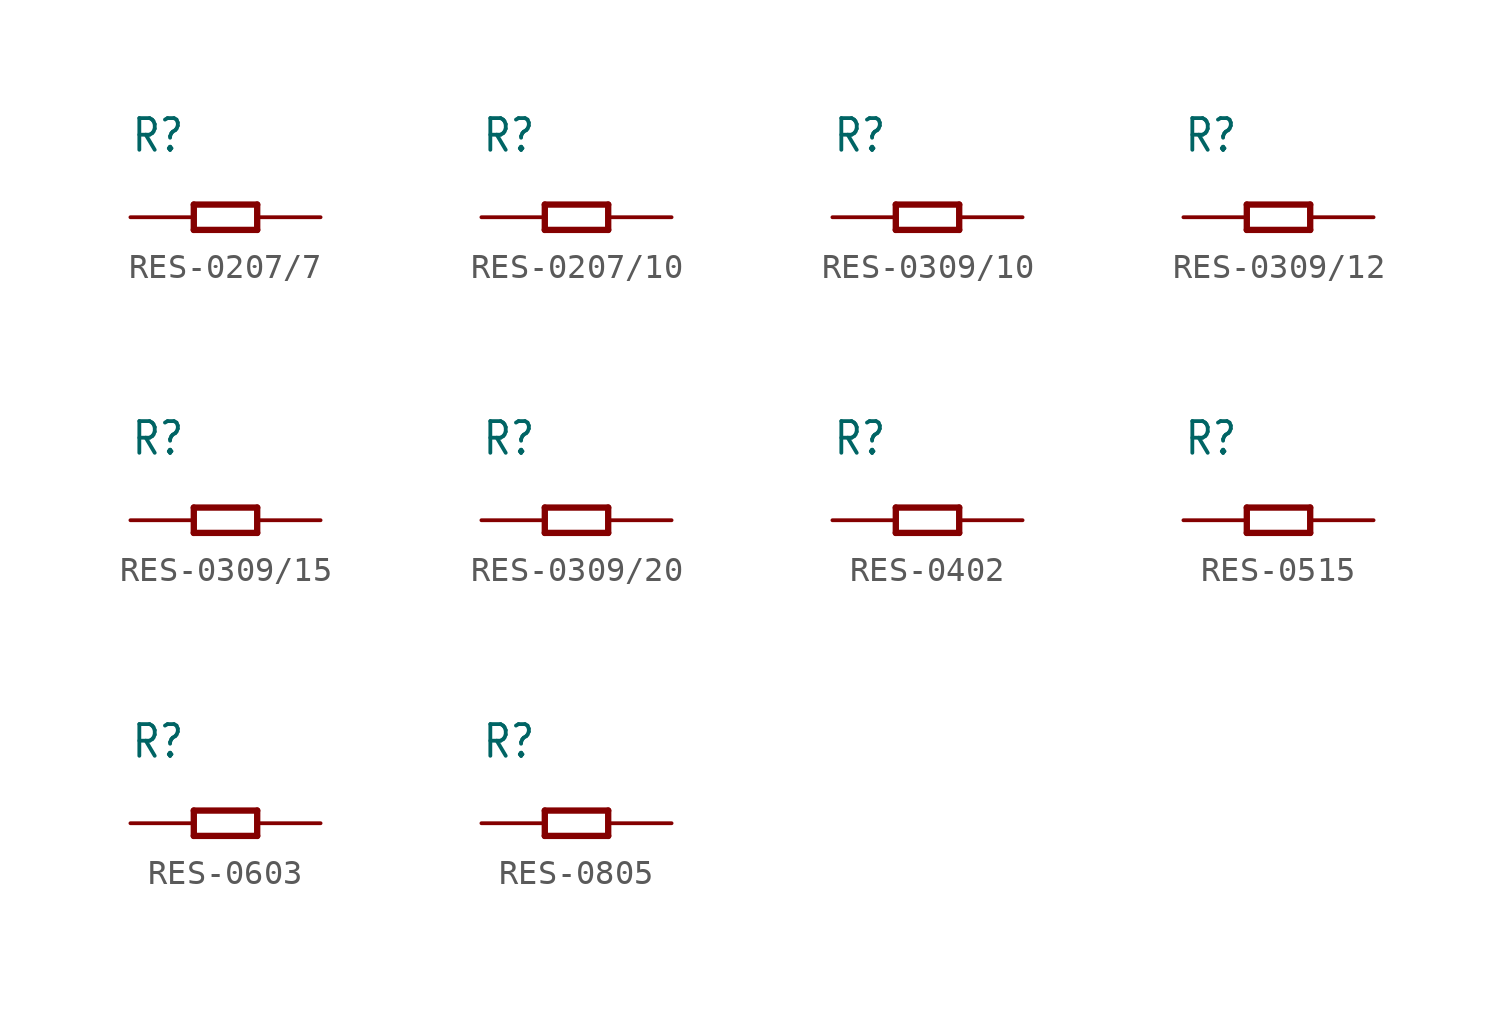
<source format=kicad_sym>
(kicad_symbol_lib
  (version 20220914)
  (generator kicad_symbol_editor)
  (symbol "RES-0207/7"
    (property "Reference" "R"
      (at -3.81 2.54 0)
      (effects (font (size 1.27 1.079)) (justify left bottom)))
    (property "Value" ""
      (at -3.81 1.27 0)
      (effects (font (size 1.27 1.079)) (justify left bottom)))
    (property "ki_locked" ""
      (at 0 0 0)
      (effects (font (size 1.27 1.27))))
    (symbol "RES-0207/7_1_0"
      (polyline (pts (xy -1.27 -0.508) (xy -1.27 0.508)) (stroke (width 0.254) (type solid)) (fill (type none)))
      (polyline (pts (xy -1.27 0.508) (xy 1.27 0.508)) (stroke (width 0.254) (type solid)) (fill (type none)))
      (polyline (pts (xy 1.27 -0.508) (xy -1.27 -0.508)) (stroke (width 0.254) (type solid)) (fill (type none)))
      (polyline (pts (xy 1.27 0.508) (xy 1.27 -0.508)) (stroke (width 0.254) (type solid)) (fill (type none)))
      (pin passive line (at -3.81 0 0) (length 2.54) (name "1" (effects (font (size 0 0)))) (number "1" (effects (font (size 0 0)))))
      (pin passive line (at 3.81 0 180) (length 2.54) (name "2" (effects (font (size 0 0)))) (number "2" (effects (font (size 0 0)))))))
  (symbol "RES-0207/10"
    (property "Reference" "R"
      (at -3.81 2.54 0)
      (effects (font (size 1.27 1.079)) (justify left bottom)))
    (property "Value" ""
      (at -3.81 1.27 0)
      (effects (font (size 1.27 1.079)) (justify left bottom)))
    (property "ki_locked" ""
      (at 0 0 0)
      (effects (font (size 1.27 1.27))))
    (symbol "RES-0207/10_1_0"
      (polyline (pts (xy -1.27 -0.508) (xy -1.27 0.508)) (stroke (width 0.254) (type solid)) (fill (type none)))
      (polyline (pts (xy -1.27 0.508) (xy 1.27 0.508)) (stroke (width 0.254) (type solid)) (fill (type none)))
      (polyline (pts (xy 1.27 -0.508) (xy -1.27 -0.508)) (stroke (width 0.254) (type solid)) (fill (type none)))
      (polyline (pts (xy 1.27 0.508) (xy 1.27 -0.508)) (stroke (width 0.254) (type solid)) (fill (type none)))
      (pin passive line (at -3.81 0 0) (length 2.54) (name "1" (effects (font (size 0 0)))) (number "1" (effects (font (size 0 0)))))
      (pin passive line (at 3.81 0 180) (length 2.54) (name "2" (effects (font (size 0 0)))) (number "2" (effects (font (size 0 0)))))))
  (symbol "RES-0309/10"
    (property "Reference" "R"
      (at -3.81 2.54 0)
      (effects (font (size 1.27 1.079)) (justify left bottom)))
    (property "Value" ""
      (at -3.81 1.27 0)
      (effects (font (size 1.27 1.079)) (justify left bottom)))
    (property "ki_locked" ""
      (at 0 0 0)
      (effects (font (size 1.27 1.27))))
    (symbol "RES-0309/10_1_0"
      (polyline (pts (xy -1.27 -0.508) (xy -1.27 0.508)) (stroke (width 0.254) (type solid)) (fill (type none)))
      (polyline (pts (xy -1.27 0.508) (xy 1.27 0.508)) (stroke (width 0.254) (type solid)) (fill (type none)))
      (polyline (pts (xy 1.27 -0.508) (xy -1.27 -0.508)) (stroke (width 0.254) (type solid)) (fill (type none)))
      (polyline (pts (xy 1.27 0.508) (xy 1.27 -0.508)) (stroke (width 0.254) (type solid)) (fill (type none)))
      (pin passive line (at -3.81 0 0) (length 2.54) (name "1" (effects (font (size 0 0)))) (number "1" (effects (font (size 0 0)))))
      (pin passive line (at 3.81 0 180) (length 2.54) (name "2" (effects (font (size 0 0)))) (number "2" (effects (font (size 0 0)))))))
  (symbol "RES-0309/12"
    (property "Reference" "R"
      (at -3.81 2.54 0)
      (effects (font (size 1.27 1.079)) (justify left bottom)))
    (property "Value" ""
      (at -3.81 1.27 0)
      (effects (font (size 1.27 1.079)) (justify left bottom)))
    (property "ki_locked" ""
      (at 0 0 0)
      (effects (font (size 1.27 1.27))))
    (symbol "RES-0309/12_1_0"
      (polyline (pts (xy -1.27 -0.508) (xy -1.27 0.508)) (stroke (width 0.254) (type solid)) (fill (type none)))
      (polyline (pts (xy -1.27 0.508) (xy 1.27 0.508)) (stroke (width 0.254) (type solid)) (fill (type none)))
      (polyline (pts (xy 1.27 -0.508) (xy -1.27 -0.508)) (stroke (width 0.254) (type solid)) (fill (type none)))
      (polyline (pts (xy 1.27 0.508) (xy 1.27 -0.508)) (stroke (width 0.254) (type solid)) (fill (type none)))
      (pin passive line (at -3.81 0 0) (length 2.54) (name "1" (effects (font (size 0 0)))) (number "1" (effects (font (size 0 0)))))
      (pin passive line (at 3.81 0 180) (length 2.54) (name "2" (effects (font (size 0 0)))) (number "2" (effects (font (size 0 0)))))))
  (symbol "RES-0309/15"
    (property "Reference" "R"
      (at -3.81 2.54 0)
      (effects (font (size 1.27 1.079)) (justify left bottom)))
    (property "Value" ""
      (at -3.81 1.27 0)
      (effects (font (size 1.27 1.079)) (justify left bottom)))
    (property "ki_locked" ""
      (at 0 0 0)
      (effects (font (size 1.27 1.27))))
    (symbol "RES-0309/15_1_0"
      (polyline (pts (xy -1.27 -0.508) (xy -1.27 0.508)) (stroke (width 0.254) (type solid)) (fill (type none)))
      (polyline (pts (xy -1.27 0.508) (xy 1.27 0.508)) (stroke (width 0.254) (type solid)) (fill (type none)))
      (polyline (pts (xy 1.27 -0.508) (xy -1.27 -0.508)) (stroke (width 0.254) (type solid)) (fill (type none)))
      (polyline (pts (xy 1.27 0.508) (xy 1.27 -0.508)) (stroke (width 0.254) (type solid)) (fill (type none)))
      (pin passive line (at -3.81 0 0) (length 2.54) (name "1" (effects (font (size 0 0)))) (number "1" (effects (font (size 0 0)))))
      (pin passive line (at 3.81 0 180) (length 2.54) (name "2" (effects (font (size 0 0)))) (number "2" (effects (font (size 0 0)))))))
  (symbol "RES-0309/20"
    (property "Reference" "R"
      (at -3.81 2.54 0)
      (effects (font (size 1.27 1.079)) (justify left bottom)))
    (property "Value" ""
      (at -3.81 1.27 0)
      (effects (font (size 1.27 1.079)) (justify left bottom)))
    (property "ki_locked" ""
      (at 0 0 0)
      (effects (font (size 1.27 1.27))))
    (symbol "RES-0309/20_1_0"
      (polyline (pts (xy -1.27 -0.508) (xy -1.27 0.508)) (stroke (width 0.254) (type solid)) (fill (type none)))
      (polyline (pts (xy -1.27 0.508) (xy 1.27 0.508)) (stroke (width 0.254) (type solid)) (fill (type none)))
      (polyline (pts (xy 1.27 -0.508) (xy -1.27 -0.508)) (stroke (width 0.254) (type solid)) (fill (type none)))
      (polyline (pts (xy 1.27 0.508) (xy 1.27 -0.508)) (stroke (width 0.254) (type solid)) (fill (type none)))
      (pin passive line (at -3.81 0 0) (length 2.54) (name "1" (effects (font (size 0 0)))) (number "1" (effects (font (size 0 0)))))
      (pin passive line (at 3.81 0 180) (length 2.54) (name "2" (effects (font (size 0 0)))) (number "2" (effects (font (size 0 0)))))))
  (symbol "RES-0402"
    (property "Reference" "R"
      (at -3.81 2.54 0)
      (effects (font (size 1.27 1.079)) (justify left bottom)))
    (property "Value" ""
      (at -3.81 1.27 0)
      (effects (font (size 1.27 1.079)) (justify left bottom)))
    (property "ki_locked" ""
      (at 0 0 0)
      (effects (font (size 1.27 1.27))))
    (symbol "RES-0402_1_0"
      (polyline (pts (xy -1.27 -0.508) (xy -1.27 0.508)) (stroke (width 0.254) (type solid)) (fill (type none)))
      (polyline (pts (xy -1.27 0.508) (xy 1.27 0.508)) (stroke (width 0.254) (type solid)) (fill (type none)))
      (polyline (pts (xy 1.27 -0.508) (xy -1.27 -0.508)) (stroke (width 0.254) (type solid)) (fill (type none)))
      (polyline (pts (xy 1.27 0.508) (xy 1.27 -0.508)) (stroke (width 0.254) (type solid)) (fill (type none)))
      (pin passive line (at -3.81 0 0) (length 2.54) (name "1" (effects (font (size 0 0)))) (number "1" (effects (font (size 0 0)))))
      (pin passive line (at 3.81 0 180) (length 2.54) (name "2" (effects (font (size 0 0)))) (number "2" (effects (font (size 0 0)))))))
  (symbol "RES-0515"
    (property "Reference" "R"
      (at -3.81 2.54 0)
      (effects (font (size 1.27 1.079)) (justify left bottom)))
    (property "Value" ""
      (at -3.81 1.27 0)
      (effects (font (size 1.27 1.079)) (justify left bottom)))
    (property "ki_locked" ""
      (at 0 0 0)
      (effects (font (size 1.27 1.27))))
    (symbol "RES-0515_1_0"
      (polyline (pts (xy -1.27 -0.508) (xy -1.27 0.508)) (stroke (width 0.254) (type solid)) (fill (type none)))
      (polyline (pts (xy -1.27 0.508) (xy 1.27 0.508)) (stroke (width 0.254) (type solid)) (fill (type none)))
      (polyline (pts (xy 1.27 -0.508) (xy -1.27 -0.508)) (stroke (width 0.254) (type solid)) (fill (type none)))
      (polyline (pts (xy 1.27 0.508) (xy 1.27 -0.508)) (stroke (width 0.254) (type solid)) (fill (type none)))
      (pin passive line (at -3.81 0 0) (length 2.54) (name "1" (effects (font (size 0 0)))) (number "P$1" (effects (font (size 0 0)))))
      (pin passive line (at 3.81 0 180) (length 2.54) (name "2" (effects (font (size 0 0)))) (number "P$2" (effects (font (size 0 0)))))))
  (symbol "RES-0603"
    (property "Reference" "R"
      (at -3.81 2.54 0)
      (effects (font (size 1.27 1.079)) (justify left bottom)))
    (property "Value" ""
      (at -3.81 1.27 0)
      (effects (font (size 1.27 1.079)) (justify left bottom)))
    (property "ki_locked" ""
      (at 0 0 0)
      (effects (font (size 1.27 1.27))))
    (symbol "RES-0603_1_0"
      (polyline (pts (xy -1.27 -0.508) (xy -1.27 0.508)) (stroke (width 0.254) (type solid)) (fill (type none)))
      (polyline (pts (xy -1.27 0.508) (xy 1.27 0.508)) (stroke (width 0.254) (type solid)) (fill (type none)))
      (polyline (pts (xy 1.27 -0.508) (xy -1.27 -0.508)) (stroke (width 0.254) (type solid)) (fill (type none)))
      (polyline (pts (xy 1.27 0.508) (xy 1.27 -0.508)) (stroke (width 0.254) (type solid)) (fill (type none)))
      (pin passive line (at -3.81 0 0) (length 2.54) (name "1" (effects (font (size 0 0)))) (number "1" (effects (font (size 0 0)))))
      (pin passive line (at 3.81 0 180) (length 2.54) (name "2" (effects (font (size 0 0)))) (number "2" (effects (font (size 0 0)))))))
  (symbol "RES-0805"
    (property "Reference" "R"
      (at -3.81 2.54 0)
      (effects (font (size 1.27 1.079)) (justify left bottom)))
    (property "Value" ""
      (at -3.81 1.27 0)
      (effects (font (size 1.27 1.079)) (justify left bottom)))
    (property "ki_locked" ""
      (at 0 0 0)
      (effects (font (size 1.27 1.27))))
    (symbol "RES-0805_1_0"
      (polyline (pts (xy -1.27 -0.508) (xy -1.27 0.508)) (stroke (width 0.254) (type solid)) (fill (type none)))
      (polyline (pts (xy -1.27 0.508) (xy 1.27 0.508)) (stroke (width 0.254) (type solid)) (fill (type none)))
      (polyline (pts (xy 1.27 -0.508) (xy -1.27 -0.508)) (stroke (width 0.254) (type solid)) (fill (type none)))
      (polyline (pts (xy 1.27 0.508) (xy 1.27 -0.508)) (stroke (width 0.254) (type solid)) (fill (type none)))
      (pin passive line (at -3.81 0 0) (length 2.54) (name "1" (effects (font (size 0 0)))) (number "1" (effects (font (size 0 0)))))
      (pin passive line (at 3.81 0 180) (length 2.54) (name "2" (effects (font (size 0 0)))) (number "2" (effects (font (size 0 0))))))))
</source>
